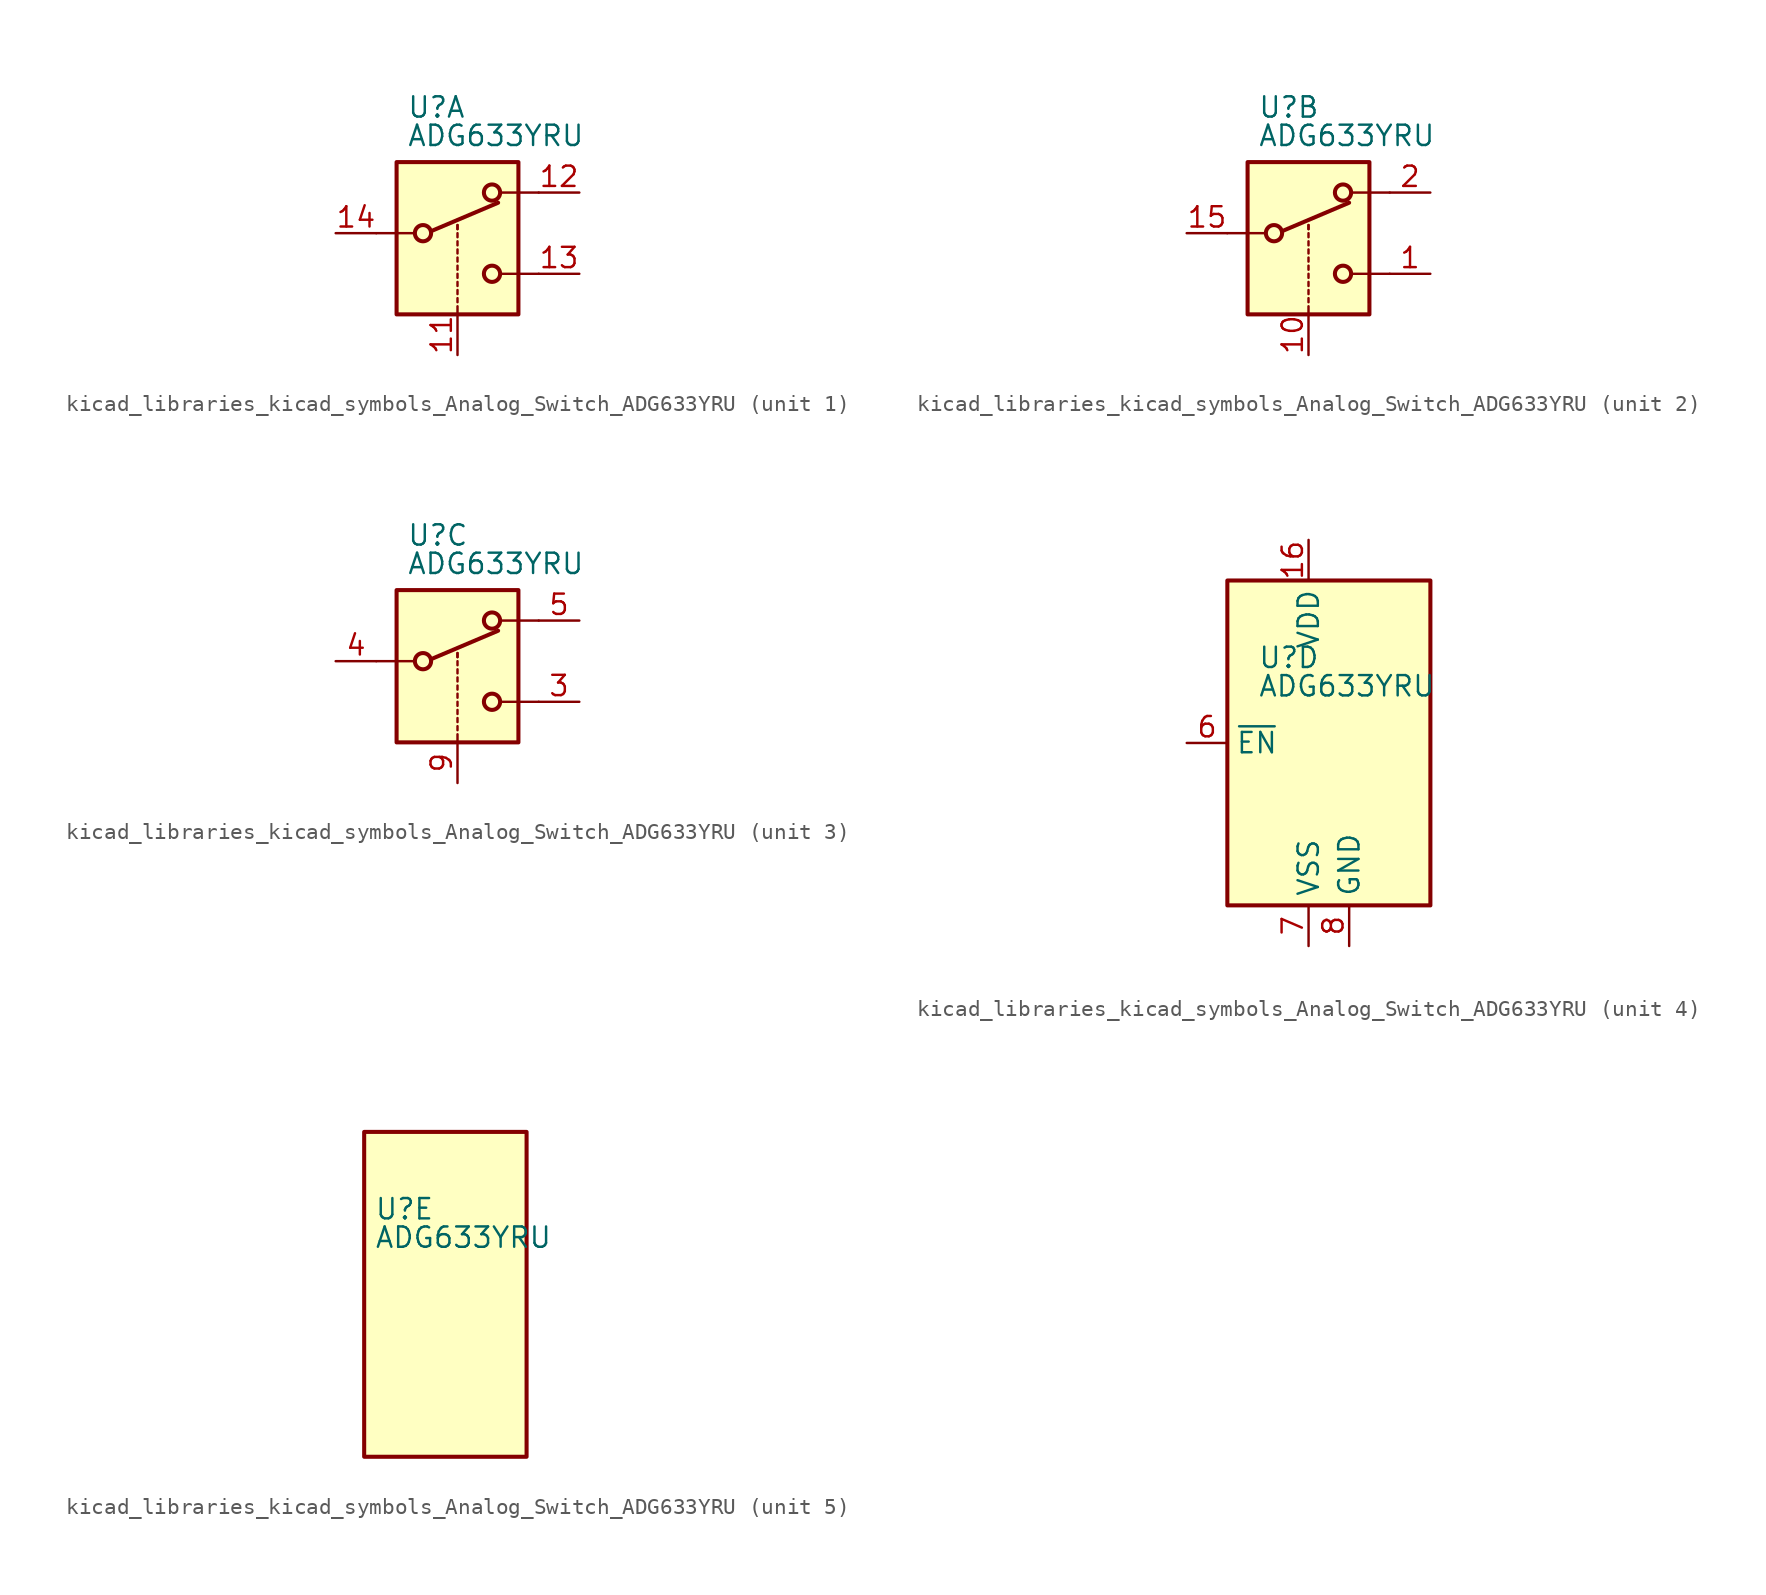
<source format=kicad_sym>
(kicad_symbol_lib
  (version 20220914)
  (generator kicad_symbol_editor)
  (symbol "kicad_libraries_kicad_symbols_Analog_Switch_ADG633YRU"
    (property "Reference" "U"
      (at -3.175 5.334 0)
      (effects (font (size 1.27 1.27)) (justify left)))
    (property "Value" "ADG633YRU"
      (at -3.175 3.556 0)
      (effects (font (size 1.27 1.27)) (justify left)))
    (symbol "kicad_libraries_kicad_symbols_Analog_Switch_ADG633YRU_1_1"
      (rectangle (start -3.81 1.905) (end 3.81 -7.62) (stroke (width 0.254) (type default)) (fill (type background)))
      (circle (center -2.159 -2.54) (radius 0.508) (stroke (width 0.254) (type default)) (fill (type none)))
      (polyline (pts (xy -5.08 -2.54) (xy -2.794 -2.54)) (stroke (width 0) (type default)) (fill (type none)))
      (polyline (pts (xy -1.651 -2.413) (xy 2.54 -0.635)) (stroke (width 0.254) (type default)) (fill (type none)))
      (polyline (pts (xy 0 -7.62) (xy 0 -7.112)) (stroke (width 0) (type default)) (fill (type none)))
      (polyline (pts (xy 0 -6.858) (xy 0 -6.604)) (stroke (width 0) (type default)) (fill (type none)))
      (polyline (pts (xy 0 -6.35) (xy 0 -6.096)) (stroke (width 0) (type default)) (fill (type none)))
      (polyline (pts (xy 0 -5.842) (xy 0 -5.588)) (stroke (width 0) (type default)) (fill (type none)))
      (polyline (pts (xy 0 -5.334) (xy 0 -5.08)) (stroke (width 0) (type default)) (fill (type none)))
      (polyline (pts (xy 0 -4.826) (xy 0 -4.572)) (stroke (width 0) (type default)) (fill (type none)))
      (polyline (pts (xy 0 -4.318) (xy 0 -4.064)) (stroke (width 0) (type default)) (fill (type none)))
      (polyline (pts (xy 0 -3.81) (xy 0 -3.556)) (stroke (width 0) (type default)) (fill (type none)))
      (polyline (pts (xy 0 -3.302) (xy 0 -3.048)) (stroke (width 0) (type default)) (fill (type none)))
      (polyline (pts (xy 0 -2.794) (xy 0 -2.54)) (stroke (width 0) (type default)) (fill (type none)))
      (polyline (pts (xy 0 -2.286) (xy 0 -2.032)) (stroke (width 0) (type default)) (fill (type none)))
      (polyline (pts (xy 0 -2.286) (xy 0 -2.032)) (stroke (width 0) (type default)) (fill (type none)))
      (polyline (pts (xy 5.08 -5.08) (xy 2.794 -5.08)) (stroke (width 0) (type default)) (fill (type none)))
      (polyline (pts (xy 5.08 0) (xy 2.794 0)) (stroke (width 0) (type default)) (fill (type none)))
      (circle (center 2.159 -5.08) (radius 0.508) (stroke (width 0.254) (type default)) (fill (type none)))
      (circle (center 2.159 0) (radius 0.508) (stroke (width 0.254) (type default)) (fill (type none)))
      (pin input line (at 0 -10.16 90) (length 2.54) (name "~" (effects (font (size 1.27 1.27)))) (number "11" (effects (font (size 1.27 1.27)))))
      (pin passive line (at 7.62 0 180) (length 2.54) (name "~" (effects (font (size 1.27 1.27)))) (number "12" (effects (font (size 1.27 1.27)))))
      (pin passive line (at 7.62 -5.08 180) (length 2.54) (name "~" (effects (font (size 1.27 1.27)))) (number "13" (effects (font (size 1.27 1.27)))))
      (pin passive line (at -7.62 -2.54 0) (length 2.54) (name "~" (effects (font (size 1.27 1.27)))) (number "14" (effects (font (size 1.27 1.27))))))
    (symbol "kicad_libraries_kicad_symbols_Analog_Switch_ADG633YRU_2_1"
      (rectangle (start -3.81 1.905) (end 3.81 -7.62) (stroke (width 0.254) (type default)) (fill (type background)))
      (circle (center -2.159 -2.54) (radius 0.508) (stroke (width 0.254) (type default)) (fill (type none)))
      (polyline (pts (xy -5.08 -2.54) (xy -2.794 -2.54)) (stroke (width 0) (type default)) (fill (type none)))
      (polyline (pts (xy -1.651 -2.413) (xy 2.54 -0.635)) (stroke (width 0.254) (type default)) (fill (type none)))
      (polyline (pts (xy 0 -7.62) (xy 0 -7.112)) (stroke (width 0) (type default)) (fill (type none)))
      (polyline (pts (xy 0 -6.858) (xy 0 -6.604)) (stroke (width 0) (type default)) (fill (type none)))
      (polyline (pts (xy 0 -6.35) (xy 0 -6.096)) (stroke (width 0) (type default)) (fill (type none)))
      (polyline (pts (xy 0 -5.842) (xy 0 -5.588)) (stroke (width 0) (type default)) (fill (type none)))
      (polyline (pts (xy 0 -5.334) (xy 0 -5.08)) (stroke (width 0) (type default)) (fill (type none)))
      (polyline (pts (xy 0 -4.826) (xy 0 -4.572)) (stroke (width 0) (type default)) (fill (type none)))
      (polyline (pts (xy 0 -4.318) (xy 0 -4.064)) (stroke (width 0) (type default)) (fill (type none)))
      (polyline (pts (xy 0 -3.81) (xy 0 -3.556)) (stroke (width 0) (type default)) (fill (type none)))
      (polyline (pts (xy 0 -3.302) (xy 0 -3.048)) (stroke (width 0) (type default)) (fill (type none)))
      (polyline (pts (xy 0 -2.794) (xy 0 -2.54)) (stroke (width 0) (type default)) (fill (type none)))
      (polyline (pts (xy 0 -2.286) (xy 0 -2.032)) (stroke (width 0) (type default)) (fill (type none)))
      (polyline (pts (xy 0 -2.286) (xy 0 -2.032)) (stroke (width 0) (type default)) (fill (type none)))
      (polyline (pts (xy 5.08 -5.08) (xy 2.794 -5.08)) (stroke (width 0) (type default)) (fill (type none)))
      (polyline (pts (xy 5.08 0) (xy 2.794 0)) (stroke (width 0) (type default)) (fill (type none)))
      (circle (center 2.159 -5.08) (radius 0.508) (stroke (width 0.254) (type default)) (fill (type none)))
      (circle (center 2.159 0) (radius 0.508) (stroke (width 0.254) (type default)) (fill (type none)))
      (pin passive line (at 7.62 -5.08 180) (length 2.54) (name "~" (effects (font (size 1.27 1.27)))) (number "1" (effects (font (size 1.27 1.27)))))
      (pin input line (at 0 -10.16 90) (length 2.54) (name "~" (effects (font (size 1.27 1.27)))) (number "10" (effects (font (size 1.27 1.27)))))
      (pin passive line (at -7.62 -2.54 0) (length 2.54) (name "~" (effects (font (size 1.27 1.27)))) (number "15" (effects (font (size 1.27 1.27)))))
      (pin passive line (at 7.62 0 180) (length 2.54) (name "~" (effects (font (size 1.27 1.27)))) (number "2" (effects (font (size 1.27 1.27))))))
    (symbol "kicad_libraries_kicad_symbols_Analog_Switch_ADG633YRU_3_1"
      (rectangle (start -3.81 1.905) (end 3.81 -7.62) (stroke (width 0.254) (type default)) (fill (type background)))
      (circle (center -2.159 -2.54) (radius 0.508) (stroke (width 0.254) (type default)) (fill (type none)))
      (polyline (pts (xy -5.08 -2.54) (xy -2.794 -2.54)) (stroke (width 0) (type default)) (fill (type none)))
      (polyline (pts (xy -1.651 -2.413) (xy 2.54 -0.635)) (stroke (width 0.254) (type default)) (fill (type none)))
      (polyline (pts (xy 0 -7.62) (xy 0 -7.112)) (stroke (width 0) (type default)) (fill (type none)))
      (polyline (pts (xy 0 -6.858) (xy 0 -6.604)) (stroke (width 0) (type default)) (fill (type none)))
      (polyline (pts (xy 0 -6.35) (xy 0 -6.096)) (stroke (width 0) (type default)) (fill (type none)))
      (polyline (pts (xy 0 -5.842) (xy 0 -5.588)) (stroke (width 0) (type default)) (fill (type none)))
      (polyline (pts (xy 0 -5.334) (xy 0 -5.08)) (stroke (width 0) (type default)) (fill (type none)))
      (polyline (pts (xy 0 -4.826) (xy 0 -4.572)) (stroke (width 0) (type default)) (fill (type none)))
      (polyline (pts (xy 0 -4.318) (xy 0 -4.064)) (stroke (width 0) (type default)) (fill (type none)))
      (polyline (pts (xy 0 -3.81) (xy 0 -3.556)) (stroke (width 0) (type default)) (fill (type none)))
      (polyline (pts (xy 0 -3.302) (xy 0 -3.048)) (stroke (width 0) (type default)) (fill (type none)))
      (polyline (pts (xy 0 -2.794) (xy 0 -2.54)) (stroke (width 0) (type default)) (fill (type none)))
      (polyline (pts (xy 0 -2.286) (xy 0 -2.032)) (stroke (width 0) (type default)) (fill (type none)))
      (polyline (pts (xy 0 -2.286) (xy 0 -2.032)) (stroke (width 0) (type default)) (fill (type none)))
      (polyline (pts (xy 5.08 -5.08) (xy 2.794 -5.08)) (stroke (width 0) (type default)) (fill (type none)))
      (polyline (pts (xy 5.08 0) (xy 2.794 0)) (stroke (width 0) (type default)) (fill (type none)))
      (circle (center 2.159 -5.08) (radius 0.508) (stroke (width 0.254) (type default)) (fill (type none)))
      (circle (center 2.159 0) (radius 0.508) (stroke (width 0.254) (type default)) (fill (type none)))
      (pin passive line (at 7.62 -5.08 180) (length 2.54) (name "~" (effects (font (size 1.27 1.27)))) (number "3" (effects (font (size 1.27 1.27)))))
      (pin passive line (at -7.62 -2.54 0) (length 2.54) (name "~" (effects (font (size 1.27 1.27)))) (number "4" (effects (font (size 1.27 1.27)))))
      (pin passive line (at 7.62 0 180) (length 2.54) (name "~" (effects (font (size 1.27 1.27)))) (number "5" (effects (font (size 1.27 1.27)))))
      (pin input line (at 0 -10.16 90) (length 2.54) (name "~" (effects (font (size 1.27 1.27)))) (number "9" (effects (font (size 1.27 1.27))))))
    (symbol "kicad_libraries_kicad_symbols_Analog_Switch_ADG633YRU_4_0"
      (pin power_in line (at 0 12.7 270) (length 2.54) (name "VDD" (effects (font (size 1.27 1.27)))) (number "16" (effects (font (size 1.27 1.27)))))
      (pin input line (at -7.62 0 0) (length 2.54) (name "~{EN}" (effects (font (size 1.27 1.27)))) (number "6" (effects (font (size 1.27 1.27)))))
      (pin power_in line (at 0 -12.7 90) (length 2.54) (name "VSS" (effects (font (size 1.27 1.27)))) (number "7" (effects (font (size 1.27 1.27)))))
      (pin power_in line (at 2.54 -12.7 90) (length 2.54) (name "GND" (effects (font (size 1.27 1.27)))) (number "8" (effects (font (size 1.27 1.27))))))
    (symbol "kicad_libraries_kicad_symbols_Analog_Switch_ADG633YRU_4_1"
      (rectangle (start -5.08 10.16) (end 7.62 -10.16) (stroke (width 0.254) (type default)) (fill (type background))))
    (symbol "kicad_libraries_kicad_symbols_Analog_Switch_ADG633YRU_5_1"
      (rectangle (start -3.81 10.16) (end 6.35 -10.16) (stroke (width 0.254) (type default)) (fill (type background))))))
</source>
